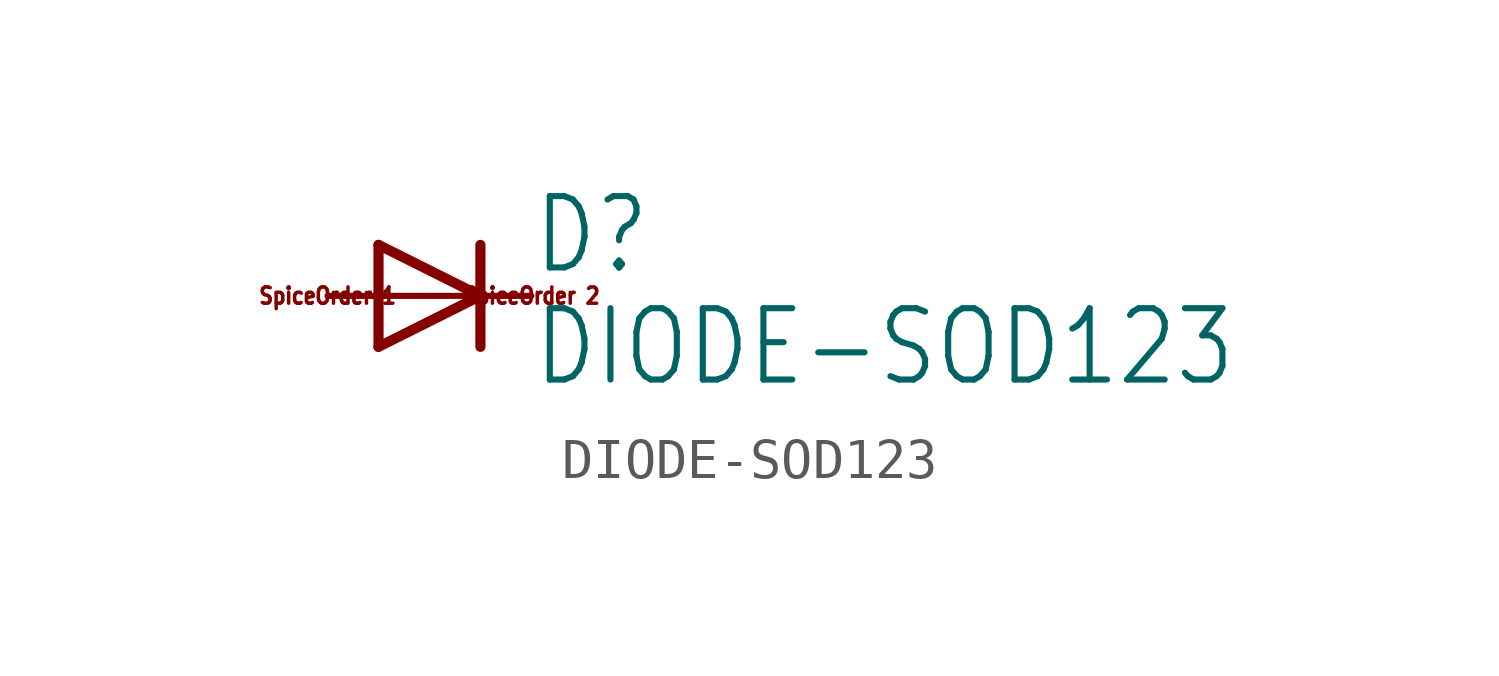
<source format=kicad_sym>
(kicad_symbol_lib
  (version 20211014)
  (generator kicad_symbol_editor)
  (symbol "DIODE-SOD123"
    (property "Reference" "D"
      (at 2.54 0.483 0)
      (effects (font (size 1.778 1.511)) (justify left bottom)))
    (property "Value" "DIODE-SOD123"
      (at 2.54 -2.311 0)
      (effects (font (size 1.778 1.511)) (justify left bottom)))
    (property "ki_locked" ""
      (at 0 0 0)
      (effects (font (size 1.27 1.27))))
    (symbol "DIODE-SOD123_1_0"
      (polyline (pts (xy -1.27 -1.27) (xy 1.27 0)) (stroke (width 0.254) (type default) (color 0 0 0 0)) (fill (type none)))
      (polyline (pts (xy -1.27 1.27) (xy -1.27 -1.27)) (stroke (width 0.254) (type default) (color 0 0 0 0)) (fill (type none)))
      (polyline (pts (xy 1.27 0) (xy -1.27 1.27)) (stroke (width 0.254) (type default) (color 0 0 0 0)) (fill (type none)))
      (polyline (pts (xy 1.27 0) (xy 1.27 -1.27)) (stroke (width 0.254) (type default) (color 0 0 0 0)) (fill (type none)))
      (polyline (pts (xy 1.27 1.27) (xy 1.27 0)) (stroke (width 0.254) (type default) (color 0 0 0 0)) (fill (type none)))
      (text "SpiceOrder 1" (at -2.54 0 0) (effects (font (size 0.406 0.345))))
      (text "SpiceOrder 2" (at 2.54 0 0) (effects (font (size 0.406 0.345))))
      (pin passive line (at -2.54 0 0) (length 2.54) (name "A" (effects (font (size 0 0)))) (number "A" (effects (font (size 0 0)))))
      (pin passive line (at 2.54 0 180) (length 2.54) (name "C" (effects (font (size 0 0)))) (number "C" (effects (font (size 0 0))))))))
</source>
